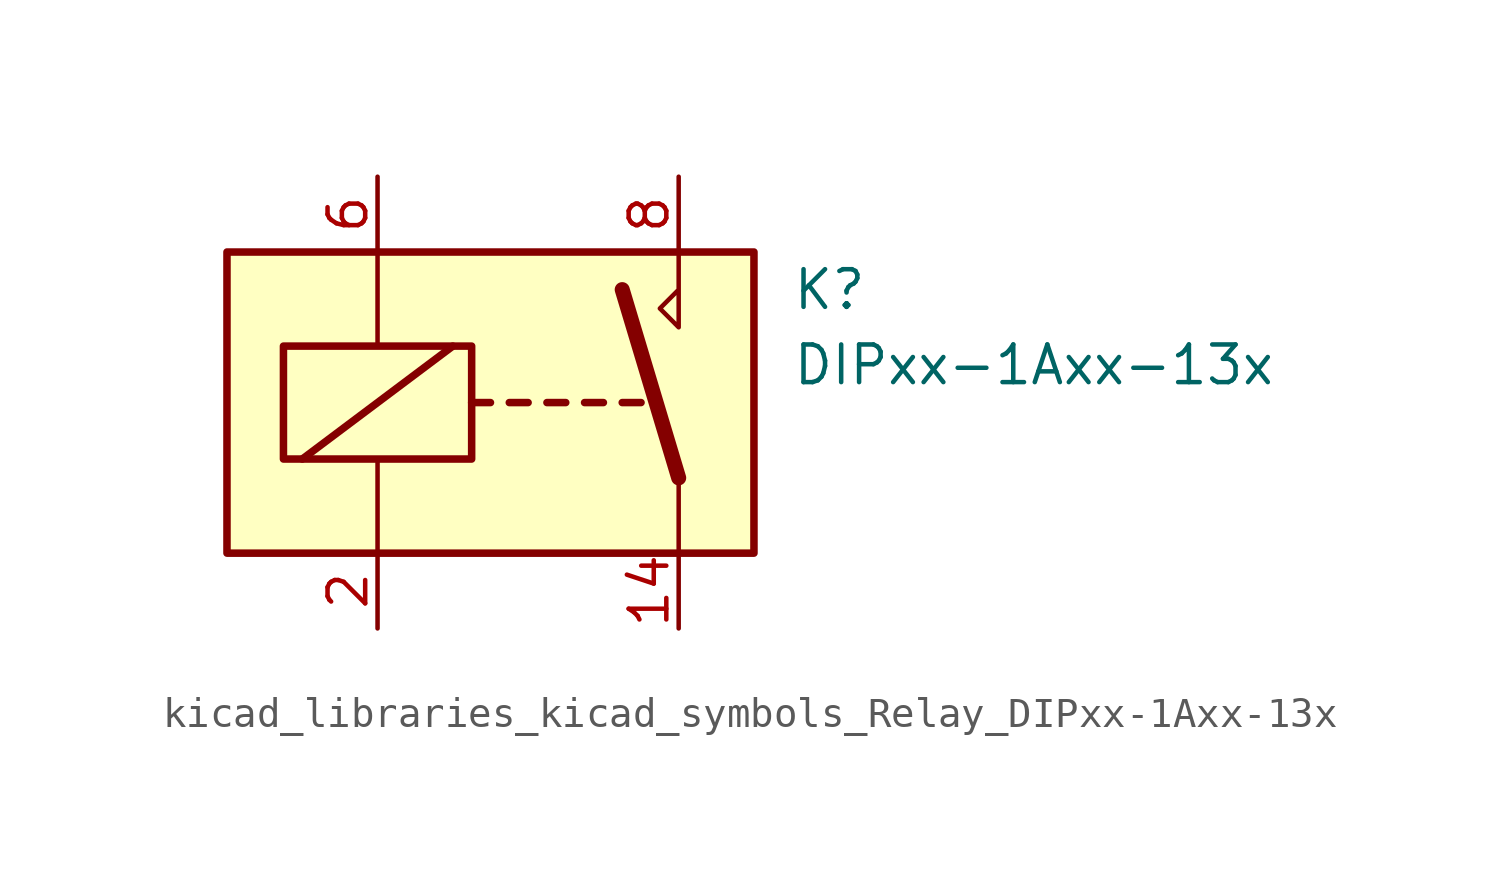
<source format=kicad_sym>
(kicad_symbol_lib
  (version 20220914)
  (generator kicad_symbol_editor)
  (symbol "kicad_libraries_kicad_symbols_Relay_DIPxx-1Axx-13x"
    (property "Reference" "K"
      (at 8.89 3.81 0)
      (effects (font (size 1.27 1.27)) (justify left)))
    (property "Value" "DIPxx-1Axx-13x"
      (at 8.89 1.27 0)
      (effects (font (size 1.27 1.27)) (justify left)))
    (symbol "kicad_libraries_kicad_symbols_Relay_DIPxx-1Axx-13x_0_0"
      (polyline (pts (xy 5.08 5.08) (xy 5.08 2.54) (xy 4.445 3.175) (xy 5.08 3.81)) (stroke (width 0) (type default)) (fill (type none))))
    (symbol "kicad_libraries_kicad_symbols_Relay_DIPxx-1Axx-13x_0_1"
      (rectangle (start -10.16 5.08) (end 7.62 -5.08) (stroke (width 0.254) (type default)) (fill (type background)))
      (rectangle (start -8.255 1.905) (end -1.905 -1.905) (stroke (width 0.254) (type default)) (fill (type none)))
      (polyline (pts (xy -7.62 -1.905) (xy -2.54 1.905)) (stroke (width 0.254) (type default)) (fill (type none)))
      (polyline (pts (xy -5.08 -5.08) (xy -5.08 -1.905)) (stroke (width 0) (type default)) (fill (type none)))
      (polyline (pts (xy -5.08 5.08) (xy -5.08 1.905)) (stroke (width 0) (type default)) (fill (type none)))
      (polyline (pts (xy -1.905 0) (xy -1.27 0)) (stroke (width 0.254) (type default)) (fill (type none)))
      (polyline (pts (xy -0.635 0) (xy 0 0)) (stroke (width 0.254) (type default)) (fill (type none)))
      (polyline (pts (xy 0.635 0) (xy 1.27 0)) (stroke (width 0.254) (type default)) (fill (type none)))
      (polyline (pts (xy 1.905 0) (xy 2.54 0)) (stroke (width 0.254) (type default)) (fill (type none)))
      (polyline (pts (xy 3.175 0) (xy 3.81 0)) (stroke (width 0.254) (type default)) (fill (type none)))
      (polyline (pts (xy 5.08 -2.54) (xy 3.175 3.81)) (stroke (width 0.508) (type default)) (fill (type none)))
      (polyline (pts (xy 5.08 -2.54) (xy 5.08 -5.08)) (stroke (width 0) (type default)) (fill (type none))))
    (symbol "kicad_libraries_kicad_symbols_Relay_DIPxx-1Axx-13x_1_1"
      (pin passive line (at 5.08 -7.62 90) (length 2.54) (name "~" (effects (font (size 1.27 1.27)))) (number "14" (effects (font (size 1.27 1.27)))))
      (pin passive line (at -5.08 -7.62 90) (length 2.54) (name "~" (effects (font (size 1.27 1.27)))) (number "2" (effects (font (size 1.27 1.27)))))
      (pin passive line (at -5.08 7.62 270) (length 2.54) (name "~" (effects (font (size 1.27 1.27)))) (number "6" (effects (font (size 1.27 1.27)))))
      (pin passive line (at 5.08 7.62 270) (length 2.54) (name "~" (effects (font (size 1.27 1.27)))) (number "8" (effects (font (size 1.27 1.27))))))))
</source>
